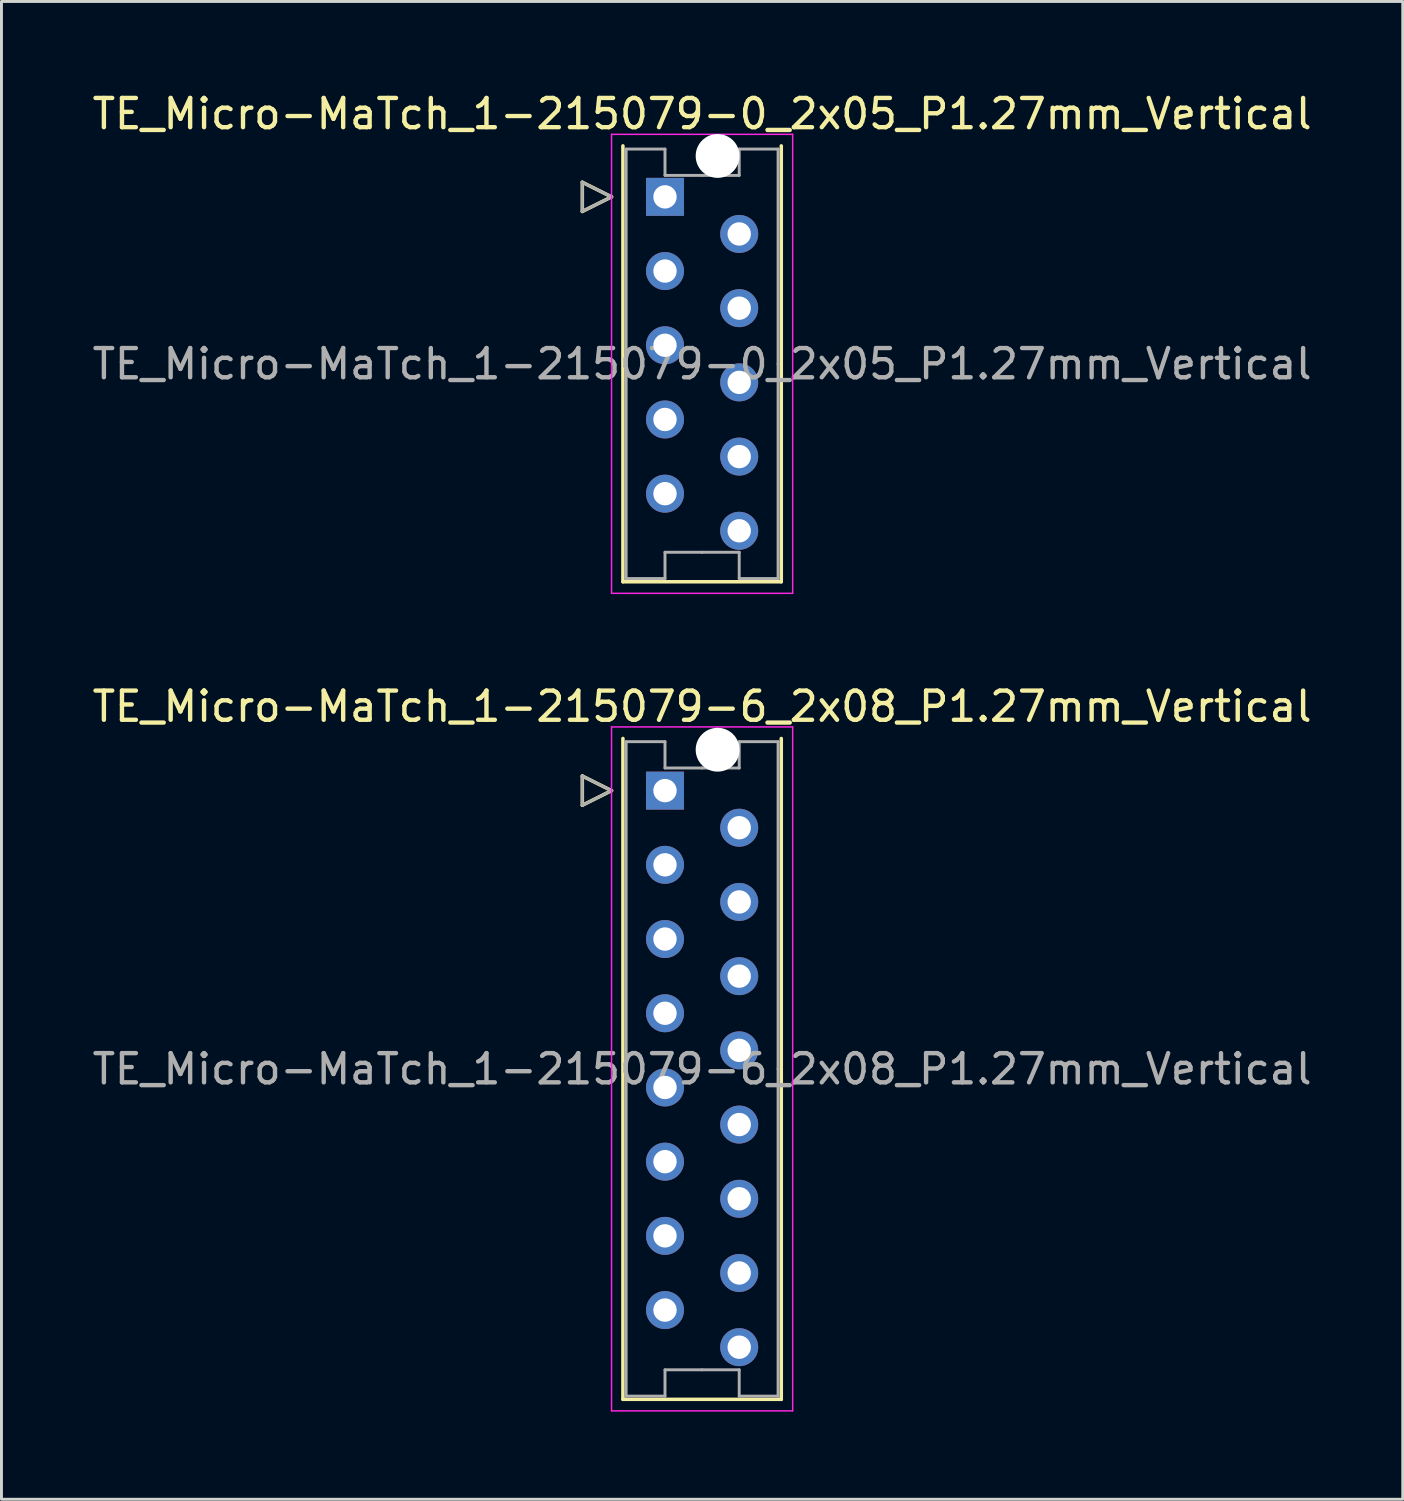
<source format=kicad_pcb>
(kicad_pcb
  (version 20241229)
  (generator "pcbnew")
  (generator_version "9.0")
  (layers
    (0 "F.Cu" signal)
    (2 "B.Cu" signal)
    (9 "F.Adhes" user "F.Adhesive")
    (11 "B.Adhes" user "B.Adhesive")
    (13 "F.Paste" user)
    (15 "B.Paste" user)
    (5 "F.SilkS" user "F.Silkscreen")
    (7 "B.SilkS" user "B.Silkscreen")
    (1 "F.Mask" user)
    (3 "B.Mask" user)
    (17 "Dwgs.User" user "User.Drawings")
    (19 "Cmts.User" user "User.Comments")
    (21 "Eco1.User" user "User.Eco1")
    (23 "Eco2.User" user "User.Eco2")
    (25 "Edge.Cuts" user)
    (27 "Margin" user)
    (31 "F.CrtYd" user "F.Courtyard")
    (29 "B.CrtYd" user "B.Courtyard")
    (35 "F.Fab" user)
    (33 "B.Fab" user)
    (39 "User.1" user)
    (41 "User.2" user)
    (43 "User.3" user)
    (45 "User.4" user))
  (footprint "TE_Micro-MaTch_1-215079-0_2x05_P1.27mm_Vertical"
    (layer "F.Cu")
    (at 19.712 3.688)
    (property "Reference" "TE_Micro-MaTch_1-215079-0_2x05_P1.27mm_Vertical" (at 1.27 -2.84 0) (layer "F.SilkS") (effects (font (size 1 1) (thickness 0.15))))
    (attr through_hole)
    (fp_line (start -2.83 -0.5) (end -1.83 0) (stroke (width 0.12) (type solid)) (layer "F.SilkS"))
    (fp_line (start -2.83 0.5) (end -2.83 -0.5) (stroke (width 0.12) (type solid)) (layer "F.SilkS"))
    (fp_line (start -1.83 0) (end -2.83 0.5) (stroke (width 0.12) (type solid)) (layer "F.SilkS"))
    (fp_line (start -1.44 -1.745) (end -1.44 13.175) (stroke (width 0.12) (type solid)) (layer "F.SilkS"))
    (fp_line (start -1.44 13.175) (end 3.98 13.175) (stroke (width 0.12) (type solid)) (layer "F.SilkS"))
    (fp_line (start 3.98 13.175) (end 3.98 -1.745) (stroke (width 0.12) (type solid)) (layer "F.SilkS"))
    (fp_line (start -1.83 -2.14) (end -1.83 13.57) (stroke (width 0.05) (type solid)) (layer "F.CrtYd"))
    (fp_line (start -1.83 13.57) (end 4.37 13.57) (stroke (width 0.05) (type solid)) (layer "F.CrtYd"))
    (fp_line (start 4.37 -2.14) (end -1.83 -2.14) (stroke (width 0.05) (type solid)) (layer "F.CrtYd"))
    (fp_line (start 4.37 13.57) (end 4.37 -2.14) (stroke (width 0.05) (type solid)) (layer "F.CrtYd"))
    (fp_line (start -2.83 -0.5) (end -1.83 0) (stroke (width 0.1) (type solid)) (layer "F.Fab"))
    (fp_line (start -2.83 0.5) (end -2.83 -0.5) (stroke (width 0.1) (type solid)) (layer "F.Fab"))
    (fp_line (start -1.83 0) (end -2.83 0.5) (stroke (width 0.1) (type solid)) (layer "F.Fab"))
    (fp_line (start -1.33 -1.635) (end -1.33 5.715) (stroke (width 0.1) (type solid)) (layer "F.Fab"))
    (fp_line (start -1.33 13.065) (end -1.33 5.715) (stroke (width 0.1) (type solid)) (layer "F.Fab"))
    (fp_line (start 0 -1.635) (end -1.33 -1.635) (stroke (width 0.1) (type solid)) (layer "F.Fab"))
    (fp_line (start 0 -0.735) (end 0 -1.635) (stroke (width 0.1) (type solid)) (layer "F.Fab"))
    (fp_line (start 0 12.165) (end 0 13.065) (stroke (width 0.1) (type solid)) (layer "F.Fab"))
    (fp_line (start 0 13.065) (end -1.33 13.065) (stroke (width 0.1) (type solid)) (layer "F.Fab"))
    (fp_line (start 1.27 -0.735) (end 0 -0.735) (stroke (width 0.1) (type solid)) (layer "F.Fab"))
    (fp_line (start 1.27 -0.735) (end 2.54 -0.735) (stroke (width 0.1) (type solid)) (layer "F.Fab"))
    (fp_line (start 1.27 12.165) (end 0 12.165) (stroke (width 0.1) (type solid)) (layer "F.Fab"))
    (fp_line (start 1.27 12.165) (end 2.54 12.165) (stroke (width 0.1) (type solid)) (layer "F.Fab"))
    (fp_line (start 2.54 -1.635) (end 3.87 -1.635) (stroke (width 0.1) (type solid)) (layer "F.Fab"))
    (fp_line (start 2.54 -0.735) (end 2.54 -1.635) (stroke (width 0.1) (type solid)) (layer "F.Fab"))
    (fp_line (start 2.54 12.165) (end 2.54 13.065) (stroke (width 0.1) (type solid)) (layer "F.Fab"))
    (fp_line (start 2.54 13.065) (end 3.87 13.065) (stroke (width 0.1) (type solid)) (layer "F.Fab"))
    (fp_line (start 3.87 -1.635) (end 3.87 5.715) (stroke (width 0.1) (type solid)) (layer "F.Fab"))
    (fp_line (start 3.87 13.065) (end 3.87 5.715) (stroke (width 0.1) (type solid)) (layer "F.Fab"))
    (fp_text user "${REFERENCE}" (at 1.27 5.72 0) (layer "F.Fab") (effects (font (size 1 1) (thickness 0.15))))
    (pad "" np_thru_hole circle (at 1.8 -1.4) (size 1.5 1.5) (drill 1.5) (layers "*.Cu" "*.Mask"))
    (pad "1" thru_hole rect (at 0 0) (size 1.3 1.3) (drill 0.8) (layers "*.Cu" "*.Mask"))
    (pad "2" thru_hole circle (at 2.54 1.27) (size 1.3 1.3) (drill 0.8) (layers "*.Cu" "*.Mask"))
    (pad "3" thru_hole circle (at 0 2.54) (size 1.3 1.3) (drill 0.8) (layers "*.Cu" "*.Mask"))
    (pad "4" thru_hole circle (at 2.54 3.81) (size 1.3 1.3) (drill 0.8) (layers "*.Cu" "*.Mask"))
    (pad "5" thru_hole circle (at 0 5.08) (size 1.3 1.3) (drill 0.8) (layers "*.Cu" "*.Mask"))
    (pad "6" thru_hole circle (at 2.54 6.35) (size 1.3 1.3) (drill 0.8) (layers "*.Cu" "*.Mask"))
    (pad "7" thru_hole circle (at 0 7.62) (size 1.3 1.3) (drill 0.8) (layers "*.Cu" "*.Mask"))
    (pad "8" thru_hole circle (at 2.54 8.89) (size 1.3 1.3) (drill 0.8) (layers "*.Cu" "*.Mask"))
    (pad "9" thru_hole circle (at 0 10.16) (size 1.3 1.3) (drill 0.8) (layers "*.Cu" "*.Mask"))
    (pad "10" thru_hole circle (at 2.54 11.43) (size 1.3 1.3) (drill 0.8) (layers "*.Cu" "*.Mask")))
  (footprint "TE_Micro-MaTch_1-215079-6_2x08_P1.27mm_Vertical"
    (layer "F.Cu")
    (at 19.712 24.012)
    (property "Reference" "TE_Micro-MaTch_1-215079-6_2x08_P1.27mm_Vertical" (at 1.27 -2.88 0) (layer "F.SilkS") (effects (font (size 1 1) (thickness 0.15))))
    (attr through_hole)
    (fp_line (start -2.83 -0.5) (end -1.83 0) (stroke (width 0.12) (type solid)) (layer "F.SilkS"))
    (fp_line (start -2.83 0.5) (end -2.83 -0.5) (stroke (width 0.12) (type solid)) (layer "F.SilkS"))
    (fp_line (start -1.83 0) (end -2.83 0.5) (stroke (width 0.12) (type solid)) (layer "F.SilkS"))
    (fp_line (start -1.44 -1.785) (end -1.44 20.835) (stroke (width 0.12) (type solid)) (layer "F.SilkS"))
    (fp_line (start -1.44 20.835) (end 3.98 20.835) (stroke (width 0.12) (type solid)) (layer "F.SilkS"))
    (fp_line (start 3.98 20.835) (end 3.98 -1.785) (stroke (width 0.12) (type solid)) (layer "F.SilkS"))
    (fp_line (start -1.83 -2.18) (end -1.83 21.23) (stroke (width 0.05) (type solid)) (layer "F.CrtYd"))
    (fp_line (start -1.83 21.23) (end 4.37 21.23) (stroke (width 0.05) (type solid)) (layer "F.CrtYd"))
    (fp_line (start 4.37 -2.18) (end -1.83 -2.18) (stroke (width 0.05) (type solid)) (layer "F.CrtYd"))
    (fp_line (start 4.37 21.23) (end 4.37 -2.18) (stroke (width 0.05) (type solid)) (layer "F.CrtYd"))
    (fp_line (start -2.83 -0.5) (end -1.83 0) (stroke (width 0.1) (type solid)) (layer "F.Fab"))
    (fp_line (start -2.83 0.5) (end -2.83 -0.5) (stroke (width 0.1) (type solid)) (layer "F.Fab"))
    (fp_line (start -1.83 0) (end -2.83 0.5) (stroke (width 0.1) (type solid)) (layer "F.Fab"))
    (fp_line (start -1.33 -1.675) (end -1.33 9.525) (stroke (width 0.1) (type solid)) (layer "F.Fab"))
    (fp_line (start -1.33 20.725) (end -1.33 9.525) (stroke (width 0.1) (type solid)) (layer "F.Fab"))
    (fp_line (start 0 -1.675) (end -1.33 -1.675) (stroke (width 0.1) (type solid)) (layer "F.Fab"))
    (fp_line (start 0 -0.775) (end 0 -1.675) (stroke (width 0.1) (type solid)) (layer "F.Fab"))
    (fp_line (start 0 19.825) (end 0 20.725) (stroke (width 0.1) (type solid)) (layer "F.Fab"))
    (fp_line (start 0 20.725) (end -1.33 20.725) (stroke (width 0.1) (type solid)) (layer "F.Fab"))
    (fp_line (start 1.27 -0.775) (end 0 -0.775) (stroke (width 0.1) (type solid)) (layer "F.Fab"))
    (fp_line (start 1.27 -0.775) (end 2.54 -0.775) (stroke (width 0.1) (type solid)) (layer "F.Fab"))
    (fp_line (start 1.27 19.825) (end 0 19.825) (stroke (width 0.1) (type solid)) (layer "F.Fab"))
    (fp_line (start 1.27 19.825) (end 2.54 19.825) (stroke (width 0.1) (type solid)) (layer "F.Fab"))
    (fp_line (start 2.54 -1.675) (end 3.87 -1.675) (stroke (width 0.1) (type solid)) (layer "F.Fab"))
    (fp_line (start 2.54 -0.775) (end 2.54 -1.675) (stroke (width 0.1) (type solid)) (layer "F.Fab"))
    (fp_line (start 2.54 19.825) (end 2.54 20.725) (stroke (width 0.1) (type solid)) (layer "F.Fab"))
    (fp_line (start 2.54 20.725) (end 3.87 20.725) (stroke (width 0.1) (type solid)) (layer "F.Fab"))
    (fp_line (start 3.87 -1.675) (end 3.87 9.525) (stroke (width 0.1) (type solid)) (layer "F.Fab"))
    (fp_line (start 3.87 20.725) (end 3.87 9.525) (stroke (width 0.1) (type solid)) (layer "F.Fab"))
    (fp_text user "${REFERENCE}" (at 1.27 9.53 0) (layer "F.Fab") (effects (font (size 1 1) (thickness 0.15))))
    (pad "" np_thru_hole circle (at 1.8 -1.4) (size 1.5 1.5) (drill 1.5) (layers "*.Cu" "*.Mask"))
    (pad "1" thru_hole rect (at 0 0) (size 1.3 1.3) (drill 0.8) (layers "*.Cu" "*.Mask"))
    (pad "2" thru_hole circle (at 2.54 1.27) (size 1.3 1.3) (drill 0.8) (layers "*.Cu" "*.Mask"))
    (pad "3" thru_hole circle (at 0 2.54) (size 1.3 1.3) (drill 0.8) (layers "*.Cu" "*.Mask"))
    (pad "4" thru_hole circle (at 2.54 3.81) (size 1.3 1.3) (drill 0.8) (layers "*.Cu" "*.Mask"))
    (pad "5" thru_hole circle (at 0 5.08) (size 1.3 1.3) (drill 0.8) (layers "*.Cu" "*.Mask"))
    (pad "6" thru_hole circle (at 2.54 6.35) (size 1.3 1.3) (drill 0.8) (layers "*.Cu" "*.Mask"))
    (pad "7" thru_hole circle (at 0 7.62) (size 1.3 1.3) (drill 0.8) (layers "*.Cu" "*.Mask"))
    (pad "8" thru_hole circle (at 2.54 8.89) (size 1.3 1.3) (drill 0.8) (layers "*.Cu" "*.Mask"))
    (pad "9" thru_hole circle (at 0 10.16) (size 1.3 1.3) (drill 0.8) (layers "*.Cu" "*.Mask"))
    (pad "10" thru_hole circle (at 2.54 11.43) (size 1.3 1.3) (drill 0.8) (layers "*.Cu" "*.Mask"))
    (pad "11" thru_hole circle (at 0 12.7) (size 1.3 1.3) (drill 0.8) (layers "*.Cu" "*.Mask"))
    (pad "12" thru_hole circle (at 2.54 13.97) (size 1.3 1.3) (drill 0.8) (layers "*.Cu" "*.Mask"))
    (pad "13" thru_hole circle (at 0 15.24) (size 1.3 1.3) (drill 0.8) (layers "*.Cu" "*.Mask"))
    (pad "14" thru_hole circle (at 2.54 16.51) (size 1.3 1.3) (drill 0.8) (layers "*.Cu" "*.Mask"))
    (pad "15" thru_hole circle (at 0 17.78) (size 1.3 1.3) (drill 0.8) (layers "*.Cu" "*.Mask"))
    (pad "16" thru_hole circle (at 2.54 19.05) (size 1.3 1.3) (drill 0.8) (layers "*.Cu" "*.Mask")))
  (gr_rect
    (start -3 -3)
    (end 44.964 48.267)
    (stroke (width 0.1) (type default))
    (fill no)
    (layer "Edge.Cuts")))
</source>
